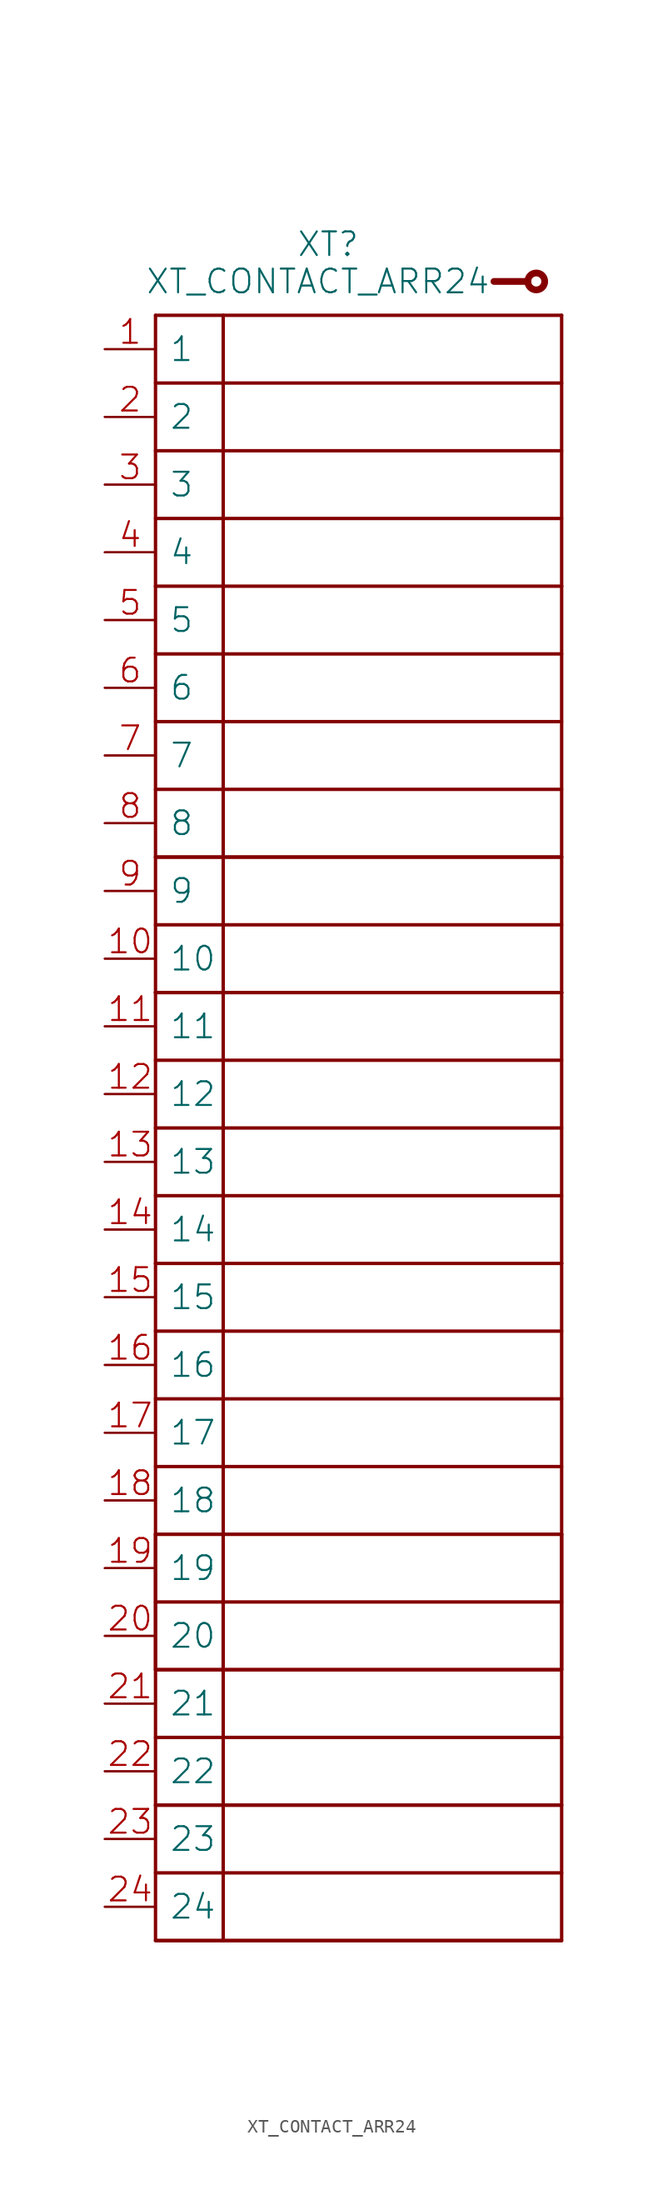
<source format=kicad_sym>
(kicad_symbol_lib
  (version 20211014)
  (generator kicad_symbol_editor)
  (symbol "XT_CONTACT_ARR24"
    (pin_names
      (offset 1.016))
    (property "Reference" "XT"
      (at -1.016 15.494 0)
      (effects (font (size 1.778 1.778))))
    (property "Value" "XT_CONTACT_ARR24"
      (at -1.778 12.7 0)
      (effects (font (size 1.778 1.778))))
    (symbol "XT_CONTACT_ARR24_0_1"
      (rectangle (start -13.97 -30.48) (end 16.51 -40.64) (stroke (width 0.254) (type default) (color 0 0 0 0)) (fill (type none)))
      (polyline (pts (xy -8.89 -30.48) (xy -8.89 -40.64)) (stroke (width 0.254) (type default) (color 0 0 0 0)) (fill (type none)))
      (pin passive line (at -17.78 2.54 0) (length 3.81) (name "2" (effects (font (size 1.778 1.778)))) (number "2" (effects (font (size 1.778 1.778))))))
    (symbol "XT_CONTACT_ARR24_1_1"
      (rectangle (start -13.97 -101.6) (end 16.51 -111.76) (stroke (width 0.254) (type default) (color 0 0 0 0)) (fill (type none)))
      (rectangle (start -13.97 -81.28) (end 16.51 -91.44) (stroke (width 0.254) (type default) (color 0 0 0 0)) (fill (type none)))
      (polyline (pts (xy -17.78 -109.22) (xy -13.97 -109.22)) (stroke (width 0) (type default) (color 0 0 0 0)) (fill (type none)))
      (polyline (pts (xy -17.78 -104.14) (xy -13.97 -104.14)) (stroke (width 0) (type default) (color 0 0 0 0)) (fill (type none)))
      (polyline (pts (xy -17.78 -99.06) (xy -13.97 -99.06)) (stroke (width 0) (type default) (color 0 0 0 0)) (fill (type none)))
      (polyline (pts (xy -17.78 -93.98) (xy -13.97 -93.98)) (stroke (width 0) (type default) (color 0 0 0 0)) (fill (type none)))
      (polyline (pts (xy -17.78 -88.9) (xy -13.97 -88.9)) (stroke (width 0) (type default) (color 0 0 0 0)) (fill (type none)))
      (polyline (pts (xy -17.78 -83.82) (xy -13.97 -83.82)) (stroke (width 0) (type default) (color 0 0 0 0)) (fill (type none)))
      (polyline (pts (xy -17.78 -78.74) (xy -13.97 -78.74)) (stroke (width 0) (type default) (color 0 0 0 0)) (fill (type none)))
      (polyline (pts (xy -17.78 -73.66) (xy -13.97 -73.66)) (stroke (width 0) (type default) (color 0 0 0 0)) (fill (type none)))
      (polyline (pts (xy -17.78 -68.58) (xy -13.97 -68.58)) (stroke (width 0) (type default) (color 0 0 0 0)) (fill (type none)))
      (polyline (pts (xy -17.78 -63.5) (xy -13.97 -63.5)) (stroke (width 0) (type default) (color 0 0 0 0)) (fill (type none)))
      (polyline (pts (xy -17.78 -58.42) (xy -13.97 -58.42)) (stroke (width 0) (type default) (color 0 0 0 0)) (fill (type none)))
      (polyline (pts (xy -17.78 -53.34) (xy -13.97 -53.34)) (stroke (width 0) (type default) (color 0 0 0 0)) (fill (type none)))
      (polyline (pts (xy -17.78 -48.26) (xy -13.97 -48.26)) (stroke (width 0) (type default) (color 0 0 0 0)) (fill (type none)))
      (polyline (pts (xy -17.78 -43.18) (xy -13.97 -43.18)) (stroke (width 0) (type default) (color 0 0 0 0)) (fill (type none)))
      (polyline (pts (xy -17.78 -38.1) (xy -13.97 -38.1)) (stroke (width 0) (type default) (color 0 0 0 0)) (fill (type none)))
      (polyline (pts (xy -17.78 -33.02) (xy -13.97 -33.02)) (stroke (width 0) (type default) (color 0 0 0 0)) (fill (type none)))
      (polyline (pts (xy -17.78 -27.94) (xy -13.97 -27.94)) (stroke (width 0) (type default) (color 0 0 0 0)) (fill (type none)))
      (polyline (pts (xy -17.78 -22.86) (xy -13.97 -22.86)) (stroke (width 0) (type default) (color 0 0 0 0)) (fill (type none)))
      (polyline (pts (xy -17.78 -17.78) (xy -13.97 -17.78)) (stroke (width 0) (type default) (color 0 0 0 0)) (fill (type none)))
      (polyline (pts (xy -17.78 -12.7) (xy -13.97 -12.7)) (stroke (width 0) (type default) (color 0 0 0 0)) (fill (type none)))
      (polyline (pts (xy -17.78 -7.62) (xy -13.97 -7.62)) (stroke (width 0) (type default) (color 0 0 0 0)) (fill (type none)))
      (polyline (pts (xy -17.78 -2.54) (xy -13.97 -2.54)) (stroke (width 0) (type default) (color 0 0 0 0)) (fill (type none)))
      (polyline (pts (xy -17.78 2.54) (xy -13.97 2.54)) (stroke (width 0) (type default) (color 0 0 0 0)) (fill (type none)))
      (polyline (pts (xy -17.78 7.62) (xy -13.97 7.62)) (stroke (width 0) (type default) (color 0 0 0 0)) (fill (type none)))
      (polyline (pts (xy -13.97 -111.76) (xy 16.51 -111.76)) (stroke (width 0.254) (type default) (color 0 0 0 0)) (fill (type none)))
      (polyline (pts (xy -13.97 -106.68) (xy 16.51 -106.68)) (stroke (width 0.254) (type default) (color 0 0 0 0)) (fill (type none)))
      (polyline (pts (xy -13.97 -101.6) (xy 16.51 -101.6)) (stroke (width 0.254) (type default) (color 0 0 0 0)) (fill (type none)))
      (polyline (pts (xy -13.97 -96.52) (xy 16.51 -96.52)) (stroke (width 0.254) (type default) (color 0 0 0 0)) (fill (type none)))
      (polyline (pts (xy -13.97 -91.44) (xy 16.51 -91.44)) (stroke (width 0.254) (type default) (color 0 0 0 0)) (fill (type none)))
      (polyline (pts (xy -13.97 -86.36) (xy 16.51 -86.36)) (stroke (width 0.254) (type default) (color 0 0 0 0)) (fill (type none)))
      (polyline (pts (xy -13.97 -81.28) (xy -13.97 -101.6)) (stroke (width 0.254) (type default) (color 0 0 0 0)) (fill (type none)))
      (polyline (pts (xy -13.97 -81.28) (xy 16.51 -81.28)) (stroke (width 0.254) (type default) (color 0 0 0 0)) (fill (type none)))
      (polyline (pts (xy -13.97 -76.2) (xy 16.51 -76.2)) (stroke (width 0.254) (type default) (color 0 0 0 0)) (fill (type none)))
      (polyline (pts (xy -13.97 -71.12) (xy 16.51 -71.12)) (stroke (width 0.254) (type default) (color 0 0 0 0)) (fill (type none)))
      (polyline (pts (xy -13.97 -66.04) (xy 16.51 -66.04)) (stroke (width 0.254) (type default) (color 0 0 0 0)) (fill (type none)))
      (polyline (pts (xy -13.97 -60.96) (xy -13.97 -81.28)) (stroke (width 0.254) (type default) (color 0 0 0 0)) (fill (type none)))
      (polyline (pts (xy -13.97 -60.96) (xy 16.51 -60.96)) (stroke (width 0.254) (type default) (color 0 0 0 0)) (fill (type none)))
      (polyline (pts (xy -13.97 -55.88) (xy 16.51 -55.88)) (stroke (width 0.254) (type default) (color 0 0 0 0)) (fill (type none)))
      (polyline (pts (xy -13.97 -50.8) (xy 16.51 -50.8)) (stroke (width 0.254) (type default) (color 0 0 0 0)) (fill (type none)))
      (polyline (pts (xy -13.97 -45.72) (xy 16.51 -45.72)) (stroke (width 0.254) (type default) (color 0 0 0 0)) (fill (type none)))
      (polyline (pts (xy -13.97 -40.64) (xy -13.97 -60.96)) (stroke (width 0.254) (type default) (color 0 0 0 0)) (fill (type none)))
      (polyline (pts (xy -13.97 -40.64) (xy 16.51 -40.64)) (stroke (width 0.254) (type default) (color 0 0 0 0)) (fill (type none)))
      (polyline (pts (xy -13.97 -40.64) (xy 16.51 -40.64)) (stroke (width 0.254) (type default) (color 0 0 0 0)) (fill (type none)))
      (polyline (pts (xy -13.97 -35.56) (xy 16.51 -35.56)) (stroke (width 0.254) (type default) (color 0 0 0 0)) (fill (type none)))
      (polyline (pts (xy -13.97 -30.48) (xy 16.51 -30.48)) (stroke (width 0.254) (type default) (color 0 0 0 0)) (fill (type none)))
      (polyline (pts (xy -13.97 -25.4) (xy 16.51 -25.4)) (stroke (width 0.254) (type default) (color 0 0 0 0)) (fill (type none)))
      (polyline (pts (xy -13.97 -20.32) (xy 16.51 -20.32)) (stroke (width 0.254) (type default) (color 0 0 0 0)) (fill (type none)))
      (polyline (pts (xy -13.97 -15.24) (xy 16.51 -15.24)) (stroke (width 0.254) (type default) (color 0 0 0 0)) (fill (type none)))
      (polyline (pts (xy -13.97 -10.16) (xy -13.97 -30.48)) (stroke (width 0.254) (type default) (color 0 0 0 0)) (fill (type none)))
      (polyline (pts (xy -13.97 -10.16) (xy 16.51 -10.16)) (stroke (width 0.254) (type default) (color 0 0 0 0)) (fill (type none)))
      (polyline (pts (xy -13.97 -5.08) (xy 16.51 -5.08)) (stroke (width 0.254) (type default) (color 0 0 0 0)) (fill (type none)))
      (polyline (pts (xy -13.97 0) (xy 16.51 0)) (stroke (width 0.254) (type default) (color 0 0 0 0)) (fill (type none)))
      (polyline (pts (xy -13.97 5.08) (xy 16.51 5.08)) (stroke (width 0.254) (type default) (color 0 0 0 0)) (fill (type none)))
      (polyline (pts (xy -13.97 10.16) (xy -13.97 -10.16)) (stroke (width 0.254) (type default) (color 0 0 0 0)) (fill (type none)))
      (polyline (pts (xy -13.97 10.16) (xy 16.51 10.16)) (stroke (width 0.254) (type default) (color 0 0 0 0)) (fill (type none)))
      (polyline (pts (xy -8.89 -101.6) (xy -8.89 -111.76)) (stroke (width 0.254) (type default) (color 0 0 0 0)) (fill (type none)))
      (polyline (pts (xy -8.89 -81.28) (xy -8.89 -101.6)) (stroke (width 0.254) (type default) (color 0 0 0 0)) (fill (type none)))
      (polyline (pts (xy -8.89 -81.28) (xy -8.89 -91.44)) (stroke (width 0.254) (type default) (color 0 0 0 0)) (fill (type none)))
      (polyline (pts (xy -8.89 -60.96) (xy -8.89 -81.28)) (stroke (width 0.254) (type default) (color 0 0 0 0)) (fill (type none)))
      (polyline (pts (xy -8.89 -40.64) (xy -8.89 -60.96)) (stroke (width 0.254) (type default) (color 0 0 0 0)) (fill (type none)))
      (polyline (pts (xy -8.89 -10.16) (xy -8.89 -30.48)) (stroke (width 0.254) (type default) (color 0 0 0 0)) (fill (type none)))
      (polyline (pts (xy -8.89 10.16) (xy -8.89 -10.16)) (stroke (width 0.254) (type default) (color 0 0 0 0)) (fill (type none)))
      (polyline (pts (xy 13.97 12.7) (xy 11.43 12.7)) (stroke (width 0.508) (type default) (color 0 0 0 0)) (fill (type none)))
      (polyline (pts (xy 16.51 -81.28) (xy 16.51 -101.6)) (stroke (width 0.254) (type default) (color 0 0 0 0)) (fill (type none)))
      (polyline (pts (xy 16.51 -60.96) (xy 16.51 -81.28)) (stroke (width 0.254) (type default) (color 0 0 0 0)) (fill (type none)))
      (polyline (pts (xy 16.51 -40.64) (xy 16.51 -60.96)) (stroke (width 0.254) (type default) (color 0 0 0 0)) (fill (type none)))
      (polyline (pts (xy 16.51 -10.16) (xy 16.51 -30.48)) (stroke (width 0.254) (type default) (color 0 0 0 0)) (fill (type none)))
      (polyline (pts (xy 16.51 10.16) (xy 16.51 -10.16)) (stroke (width 0.254) (type default) (color 0 0 0 0)) (fill (type none)))
      (circle (center 14.605 12.7) (radius 0.635) (stroke (width 0.508) (type default) (color 0 0 0 0)) (fill (type none)))
      (pin passive line (at -17.78 7.62 0) (length 3.81) (name "1" (effects (font (size 1.778 1.778)))) (number "1" (effects (font (size 1.778 1.778)))))
      (pin passive line (at -17.78 -38.1 0) (length 3.81) (name "10" (effects (font (size 1.778 1.778)))) (number "10" (effects (font (size 1.778 1.778)))))
      (pin passive line (at -17.78 -43.18 0) (length 3.81) (name "11" (effects (font (size 1.778 1.778)))) (number "11" (effects (font (size 1.778 1.778)))))
      (pin passive line (at -17.78 -48.26 0) (length 3.81) (name "12" (effects (font (size 1.778 1.778)))) (number "12" (effects (font (size 1.778 1.778)))))
      (pin passive line (at -17.78 -53.34 0) (length 3.81) (name "13" (effects (font (size 1.778 1.778)))) (number "13" (effects (font (size 1.778 1.778)))))
      (pin passive line (at -17.78 -58.42 0) (length 3.81) (name "14" (effects (font (size 1.778 1.778)))) (number "14" (effects (font (size 1.778 1.778)))))
      (pin passive line (at -17.78 -63.5 0) (length 3.81) (name "15" (effects (font (size 1.778 1.778)))) (number "15" (effects (font (size 1.778 1.778)))))
      (pin passive line (at -17.78 -68.58 0) (length 3.81) (name "16" (effects (font (size 1.778 1.778)))) (number "16" (effects (font (size 1.778 1.778)))))
      (pin passive line (at -17.78 -73.66 0) (length 3.81) (name "17" (effects (font (size 1.778 1.778)))) (number "17" (effects (font (size 1.778 1.778)))))
      (pin passive line (at -17.78 -78.74 0) (length 3.81) (name "18" (effects (font (size 1.778 1.778)))) (number "18" (effects (font (size 1.778 1.778)))))
      (pin passive line (at -17.78 -83.82 0) (length 3.81) (name "19" (effects (font (size 1.778 1.778)))) (number "19" (effects (font (size 1.778 1.778)))))
      (pin passive line (at -17.78 -88.9 0) (length 3.81) (name "20" (effects (font (size 1.778 1.778)))) (number "20" (effects (font (size 1.778 1.778)))))
      (pin passive line (at -17.78 -93.98 0) (length 3.81) (name "21" (effects (font (size 1.778 1.778)))) (number "21" (effects (font (size 1.778 1.778)))))
      (pin passive line (at -17.78 -99.06 0) (length 3.81) (name "22" (effects (font (size 1.778 1.778)))) (number "22" (effects (font (size 1.778 1.778)))))
      (pin passive line (at -17.78 -104.14 0) (length 3.81) (name "23" (effects (font (size 1.778 1.778)))) (number "23" (effects (font (size 1.778 1.778)))))
      (pin passive line (at -17.78 -109.22 0) (length 3.81) (name "24" (effects (font (size 1.778 1.778)))) (number "24" (effects (font (size 1.778 1.778)))))
      (pin passive line (at -17.78 -2.54 0) (length 3.81) (name "3" (effects (font (size 1.778 1.778)))) (number "3" (effects (font (size 1.778 1.778)))))
      (pin passive line (at -17.78 -7.62 0) (length 3.81) (name "4" (effects (font (size 1.778 1.778)))) (number "4" (effects (font (size 1.778 1.778)))))
      (pin passive line (at -17.78 -12.7 0) (length 3.81) (name "5" (effects (font (size 1.778 1.778)))) (number "5" (effects (font (size 1.778 1.778)))))
      (pin passive line (at -17.78 -17.78 0) (length 3.81) (name "6" (effects (font (size 1.778 1.778)))) (number "6" (effects (font (size 1.778 1.778)))))
      (pin passive line (at -17.78 -22.86 0) (length 3.81) (name "7" (effects (font (size 1.778 1.778)))) (number "7" (effects (font (size 1.778 1.778)))))
      (pin passive line (at -17.78 -27.94 0) (length 3.81) (name "8" (effects (font (size 1.778 1.778)))) (number "8" (effects (font (size 1.778 1.778)))))
      (pin passive line (at -17.78 -33.02 0) (length 3.81) (name "9" (effects (font (size 1.778 1.778)))) (number "9" (effects (font (size 1.778 1.778))))))))
</source>
